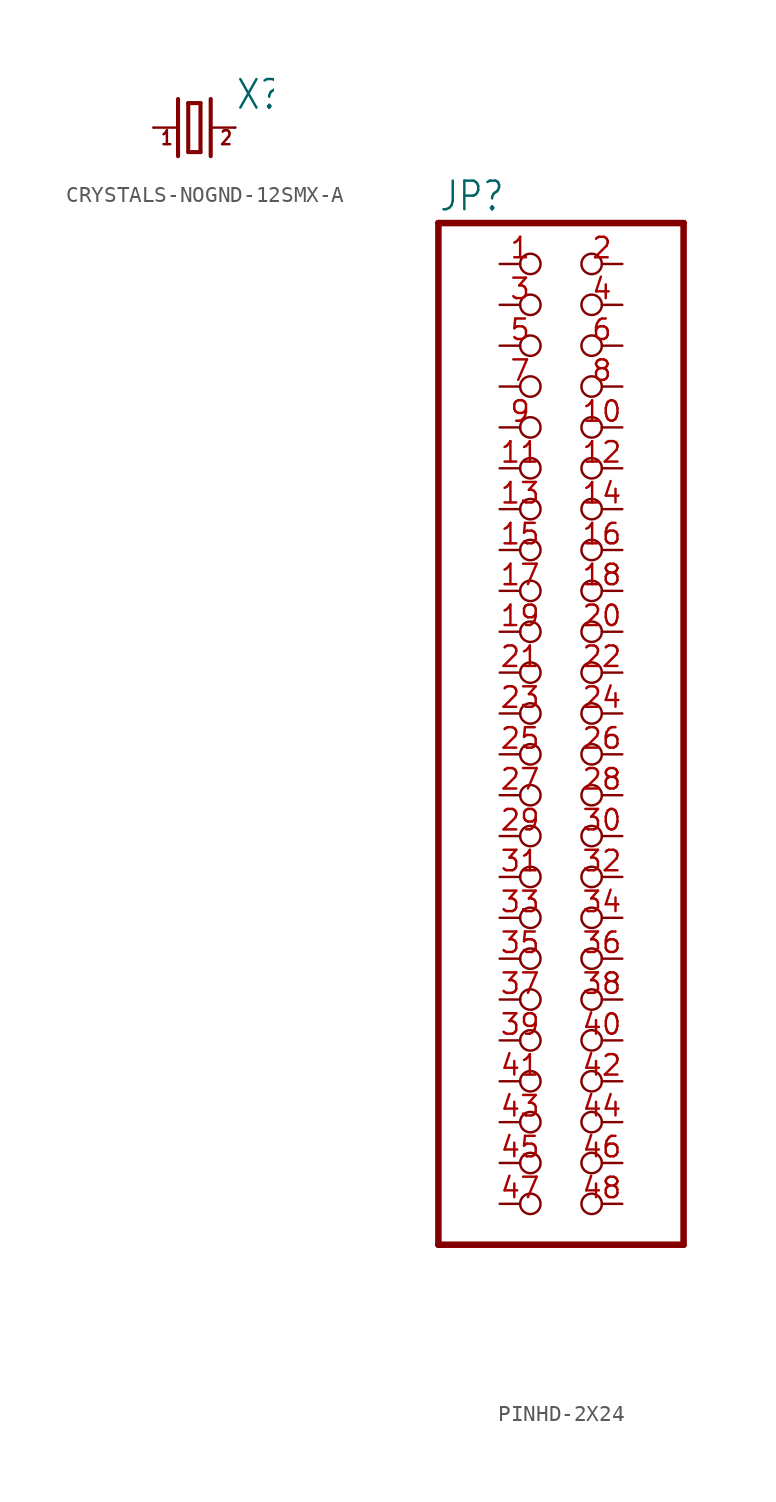
<source format=kicad_sym>
(kicad_symbol_lib
  (version 20231120)
  (generator "kicad_symbol_editor")
  (generator_version "8.0")
  (symbol "CRYSTALS-NOGND-12SMX-A"
    (property "Reference" "X"
      (at 2.54 1.016 0)
      (effects (font (size 1.778 1.511)) (justify left bottom)))
    (property "Value" ""
      (at 2.54 -2.54 0)
      (effects (font (size 1.778 1.511)) (justify left bottom)))
    (property "ki_locked" ""
      (at 0 0 0)
      (effects (font (size 1.27 1.27))))
    (symbol "CRYSTALS-NOGND-12SMX-A_1_0"
      (polyline (pts (xy -2.54 0) (xy -1.016 0)) (stroke (width 0.152) (type solid)) (fill (type none)))
      (polyline (pts (xy -1.016 1.778) (xy -1.016 -1.778)) (stroke (width 0.254) (type solid)) (fill (type none)))
      (polyline (pts (xy -0.381 -1.524) (xy 0.381 -1.524)) (stroke (width 0.254) (type solid)) (fill (type none)))
      (polyline (pts (xy -0.381 1.524) (xy -0.381 -1.524)) (stroke (width 0.254) (type solid)) (fill (type none)))
      (polyline (pts (xy 0.381 -1.524) (xy 0.381 1.524)) (stroke (width 0.254) (type solid)) (fill (type none)))
      (polyline (pts (xy 0.381 1.524) (xy -0.381 1.524)) (stroke (width 0.254) (type solid)) (fill (type none)))
      (polyline (pts (xy 1.016 0) (xy 2.54 0)) (stroke (width 0.152) (type solid)) (fill (type none)))
      (polyline (pts (xy 1.016 1.778) (xy 1.016 -1.778)) (stroke (width 0.254) (type solid)) (fill (type none)))
      (text "1" (at -2.159 -1.143 0) (effects (font (size 0.864 0.734)) (justify left bottom)))
      (text "2" (at 1.524 -1.143 0) (effects (font (size 0.864 0.734)) (justify left bottom)))
      (pin passive line (at -2.54 0 0) (length 0) (name "1" (effects (font (size 0 0)))) (number "1" (effects (font (size 0 0)))))
      (pin passive line (at 2.54 0 180) (length 0) (name "2" (effects (font (size 0 0)))) (number "2" (effects (font (size 0 0)))))))
  (symbol "PINHD-2X24"
    (property "Reference" "JP"
      (at -6.35 31.115 0)
      (effects (font (size 1.778 1.511)) (justify left bottom)))
    (property "Value" ""
      (at -6.35 -35.56 0)
      (effects (font (size 1.778 1.511)) (justify left bottom)))
    (property "ki_locked" ""
      (at 0 0 0)
      (effects (font (size 1.27 1.27))))
    (symbol "PINHD-2X24_1_0"
      (polyline (pts (xy -6.35 -33.02) (xy 8.89 -33.02)) (stroke (width 0.406) (type solid)) (fill (type none)))
      (polyline (pts (xy -6.35 30.48) (xy -6.35 -33.02)) (stroke (width 0.406) (type solid)) (fill (type none)))
      (polyline (pts (xy 8.89 -33.02) (xy 8.89 30.48)) (stroke (width 0.406) (type solid)) (fill (type none)))
      (polyline (pts (xy 8.89 30.48) (xy -6.35 30.48)) (stroke (width 0.406) (type solid)) (fill (type none)))
      (pin passive inverted (at -2.54 27.94 0) (length 2.54) (name "1" (effects (font (size 0 0)))) (number "1" (effects (font (size 1.27 1.27)))))
      (pin passive inverted (at 5.08 17.78 180) (length 2.54) (name "10" (effects (font (size 0 0)))) (number "10" (effects (font (size 1.27 1.27)))))
      (pin passive inverted (at -2.54 15.24 0) (length 2.54) (name "11" (effects (font (size 0 0)))) (number "11" (effects (font (size 1.27 1.27)))))
      (pin passive inverted (at 5.08 15.24 180) (length 2.54) (name "12" (effects (font (size 0 0)))) (number "12" (effects (font (size 1.27 1.27)))))
      (pin passive inverted (at -2.54 12.7 0) (length 2.54) (name "13" (effects (font (size 0 0)))) (number "13" (effects (font (size 1.27 1.27)))))
      (pin passive inverted (at 5.08 12.7 180) (length 2.54) (name "14" (effects (font (size 0 0)))) (number "14" (effects (font (size 1.27 1.27)))))
      (pin passive inverted (at -2.54 10.16 0) (length 2.54) (name "15" (effects (font (size 0 0)))) (number "15" (effects (font (size 1.27 1.27)))))
      (pin passive inverted (at 5.08 10.16 180) (length 2.54) (name "16" (effects (font (size 0 0)))) (number "16" (effects (font (size 1.27 1.27)))))
      (pin passive inverted (at -2.54 7.62 0) (length 2.54) (name "17" (effects (font (size 0 0)))) (number "17" (effects (font (size 1.27 1.27)))))
      (pin passive inverted (at 5.08 7.62 180) (length 2.54) (name "18" (effects (font (size 0 0)))) (number "18" (effects (font (size 1.27 1.27)))))
      (pin passive inverted (at -2.54 5.08 0) (length 2.54) (name "19" (effects (font (size 0 0)))) (number "19" (effects (font (size 1.27 1.27)))))
      (pin passive inverted (at 5.08 27.94 180) (length 2.54) (name "2" (effects (font (size 0 0)))) (number "2" (effects (font (size 1.27 1.27)))))
      (pin passive inverted (at 5.08 5.08 180) (length 2.54) (name "20" (effects (font (size 0 0)))) (number "20" (effects (font (size 1.27 1.27)))))
      (pin passive inverted (at -2.54 2.54 0) (length 2.54) (name "21" (effects (font (size 0 0)))) (number "21" (effects (font (size 1.27 1.27)))))
      (pin passive inverted (at 5.08 2.54 180) (length 2.54) (name "22" (effects (font (size 0 0)))) (number "22" (effects (font (size 1.27 1.27)))))
      (pin passive inverted (at -2.54 0 0) (length 2.54) (name "23" (effects (font (size 0 0)))) (number "23" (effects (font (size 1.27 1.27)))))
      (pin passive inverted (at 5.08 0 180) (length 2.54) (name "24" (effects (font (size 0 0)))) (number "24" (effects (font (size 1.27 1.27)))))
      (pin passive inverted (at -2.54 -2.54 0) (length 2.54) (name "25" (effects (font (size 0 0)))) (number "25" (effects (font (size 1.27 1.27)))))
      (pin passive inverted (at 5.08 -2.54 180) (length 2.54) (name "26" (effects (font (size 0 0)))) (number "26" (effects (font (size 1.27 1.27)))))
      (pin passive inverted (at -2.54 -5.08 0) (length 2.54) (name "27" (effects (font (size 0 0)))) (number "27" (effects (font (size 1.27 1.27)))))
      (pin passive inverted (at 5.08 -5.08 180) (length 2.54) (name "28" (effects (font (size 0 0)))) (number "28" (effects (font (size 1.27 1.27)))))
      (pin passive inverted (at -2.54 -7.62 0) (length 2.54) (name "29" (effects (font (size 0 0)))) (number "29" (effects (font (size 1.27 1.27)))))
      (pin passive inverted (at -2.54 25.4 0) (length 2.54) (name "3" (effects (font (size 0 0)))) (number "3" (effects (font (size 1.27 1.27)))))
      (pin passive inverted (at 5.08 -7.62 180) (length 2.54) (name "30" (effects (font (size 0 0)))) (number "30" (effects (font (size 1.27 1.27)))))
      (pin passive inverted (at -2.54 -10.16 0) (length 2.54) (name "31" (effects (font (size 0 0)))) (number "31" (effects (font (size 1.27 1.27)))))
      (pin passive inverted (at 5.08 -10.16 180) (length 2.54) (name "32" (effects (font (size 0 0)))) (number "32" (effects (font (size 1.27 1.27)))))
      (pin passive inverted (at -2.54 -12.7 0) (length 2.54) (name "33" (effects (font (size 0 0)))) (number "33" (effects (font (size 1.27 1.27)))))
      (pin passive inverted (at 5.08 -12.7 180) (length 2.54) (name "34" (effects (font (size 0 0)))) (number "34" (effects (font (size 1.27 1.27)))))
      (pin passive inverted (at -2.54 -15.24 0) (length 2.54) (name "35" (effects (font (size 0 0)))) (number "35" (effects (font (size 1.27 1.27)))))
      (pin passive inverted (at 5.08 -15.24 180) (length 2.54) (name "36" (effects (font (size 0 0)))) (number "36" (effects (font (size 1.27 1.27)))))
      (pin passive inverted (at -2.54 -17.78 0) (length 2.54) (name "37" (effects (font (size 0 0)))) (number "37" (effects (font (size 1.27 1.27)))))
      (pin passive inverted (at 5.08 -17.78 180) (length 2.54) (name "38" (effects (font (size 0 0)))) (number "38" (effects (font (size 1.27 1.27)))))
      (pin passive inverted (at -2.54 -20.32 0) (length 2.54) (name "39" (effects (font (size 0 0)))) (number "39" (effects (font (size 1.27 1.27)))))
      (pin passive inverted (at 5.08 25.4 180) (length 2.54) (name "4" (effects (font (size 0 0)))) (number "4" (effects (font (size 1.27 1.27)))))
      (pin passive inverted (at 5.08 -20.32 180) (length 2.54) (name "40" (effects (font (size 0 0)))) (number "40" (effects (font (size 1.27 1.27)))))
      (pin passive inverted (at -2.54 -22.86 0) (length 2.54) (name "41" (effects (font (size 0 0)))) (number "41" (effects (font (size 1.27 1.27)))))
      (pin passive inverted (at 5.08 -22.86 180) (length 2.54) (name "42" (effects (font (size 0 0)))) (number "42" (effects (font (size 1.27 1.27)))))
      (pin passive inverted (at -2.54 -25.4 0) (length 2.54) (name "43" (effects (font (size 0 0)))) (number "43" (effects (font (size 1.27 1.27)))))
      (pin passive inverted (at 5.08 -25.4 180) (length 2.54) (name "44" (effects (font (size 0 0)))) (number "44" (effects (font (size 1.27 1.27)))))
      (pin passive inverted (at -2.54 -27.94 0) (length 2.54) (name "45" (effects (font (size 0 0)))) (number "45" (effects (font (size 1.27 1.27)))))
      (pin passive inverted (at 5.08 -27.94 180) (length 2.54) (name "46" (effects (font (size 0 0)))) (number "46" (effects (font (size 1.27 1.27)))))
      (pin passive inverted (at -2.54 -30.48 0) (length 2.54) (name "47" (effects (font (size 0 0)))) (number "47" (effects (font (size 1.27 1.27)))))
      (pin passive inverted (at 5.08 -30.48 180) (length 2.54) (name "48" (effects (font (size 0 0)))) (number "48" (effects (font (size 1.27 1.27)))))
      (pin passive inverted (at -2.54 22.86 0) (length 2.54) (name "5" (effects (font (size 0 0)))) (number "5" (effects (font (size 1.27 1.27)))))
      (pin passive inverted (at 5.08 22.86 180) (length 2.54) (name "6" (effects (font (size 0 0)))) (number "6" (effects (font (size 1.27 1.27)))))
      (pin passive inverted (at -2.54 20.32 0) (length 2.54) (name "7" (effects (font (size 0 0)))) (number "7" (effects (font (size 1.27 1.27)))))
      (pin passive inverted (at 5.08 20.32 180) (length 2.54) (name "8" (effects (font (size 0 0)))) (number "8" (effects (font (size 1.27 1.27)))))
      (pin passive inverted (at -2.54 17.78 0) (length 2.54) (name "9" (effects (font (size 0 0)))) (number "9" (effects (font (size 1.27 1.27))))))))
</source>
